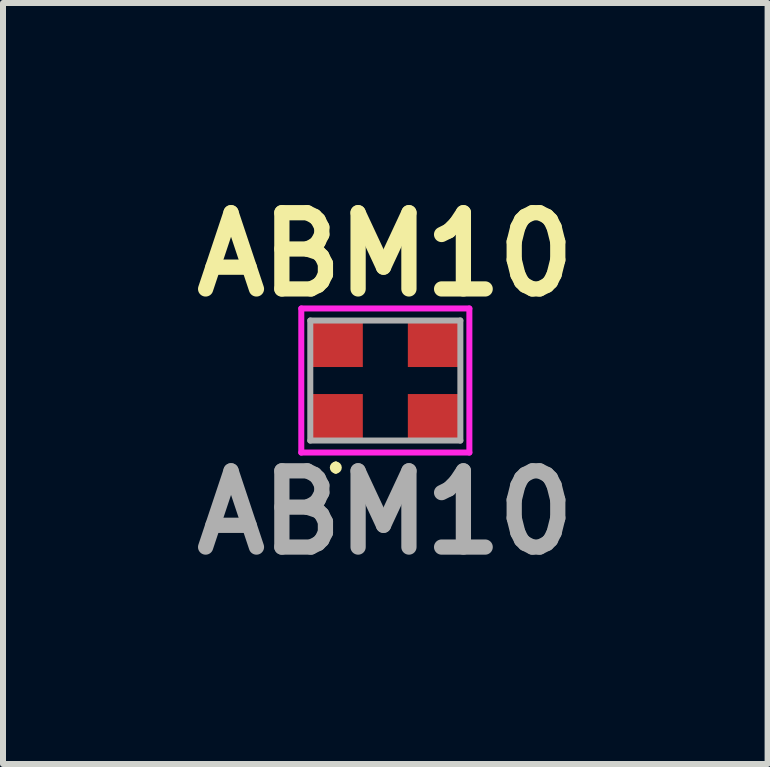
<source format=kicad_pcb>
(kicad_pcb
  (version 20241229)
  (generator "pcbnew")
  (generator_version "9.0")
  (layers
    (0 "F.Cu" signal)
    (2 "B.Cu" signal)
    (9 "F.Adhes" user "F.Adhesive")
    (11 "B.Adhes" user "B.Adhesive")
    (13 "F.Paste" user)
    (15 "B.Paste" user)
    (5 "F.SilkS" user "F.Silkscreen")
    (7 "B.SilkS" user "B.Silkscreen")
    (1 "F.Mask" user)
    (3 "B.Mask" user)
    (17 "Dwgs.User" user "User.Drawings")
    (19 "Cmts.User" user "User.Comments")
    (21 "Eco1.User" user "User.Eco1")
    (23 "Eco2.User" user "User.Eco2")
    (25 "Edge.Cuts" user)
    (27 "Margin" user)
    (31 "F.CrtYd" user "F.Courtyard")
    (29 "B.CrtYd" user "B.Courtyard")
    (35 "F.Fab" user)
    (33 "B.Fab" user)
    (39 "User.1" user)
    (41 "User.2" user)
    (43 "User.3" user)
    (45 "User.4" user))
  (footprint "ABM10"
    (layer "F.Cu")
    (at 3.369 3.289)
    (property "Reference" "ABM10" (at 0 -2.1 0) (layer "F.SilkS") (effects (font (size 1.27 1.27) (thickness 0.254))))
    (attr smd)
    (fp_line (start -0.825 1.4) (end -0.825 1.4) (stroke (width 0.1) (type solid)) (layer "F.SilkS"))
    (fp_line (start -0.825 1.5) (end -0.825 1.5) (stroke (width 0.1) (type solid)) (layer "F.SilkS"))
    (fp_arc (start -0.825 1.4) (mid -0.775 1.45) (end -0.825 1.5) (stroke (width 0.1) (type solid)) (layer "F.SilkS"))
    (fp_arc (start -0.825 1.5) (mid -0.875 1.45) (end -0.825 1.4) (stroke (width 0.1) (type solid)) (layer "F.SilkS"))
    (fp_line (start -1.4 -1.2) (end 1.4 -1.2) (stroke (width 0.1) (type solid)) (layer "F.CrtYd"))
    (fp_line (start -1.4 1.2) (end -1.4 -1.2) (stroke (width 0.1) (type solid)) (layer "F.CrtYd"))
    (fp_line (start 1.4 -1.2) (end 1.4 1.2) (stroke (width 0.1) (type solid)) (layer "F.CrtYd"))
    (fp_line (start 1.4 1.2) (end -1.4 1.2) (stroke (width 0.1) (type solid)) (layer "F.CrtYd"))
    (fp_line (start -1.25 -1) (end 1.25 -1) (stroke (width 0.1) (type solid)) (layer "F.Fab"))
    (fp_line (start -1.25 1) (end -1.25 -1) (stroke (width 0.1) (type solid)) (layer "F.Fab"))
    (fp_line (start 1.25 -1) (end 1.25 1) (stroke (width 0.1) (type solid)) (layer "F.Fab"))
    (fp_line (start 1.25 1) (end -1.25 1) (stroke (width 0.1) (type solid)) (layer "F.Fab"))
    (fp_text user "${REFERENCE}" (at 0 2.2 0) (layer "F.Fab") (effects (font (size 1.27 1.27) (thickness 0.254))))
    (pad "1" smd rect (at -0.825 0.625 90) (size 0.8 0.9) (layers "F.Cu" "F.Mask" "F.Paste"))
    (pad "2" smd rect (at 0.825 0.625 90) (size 0.8 0.9) (layers "F.Cu" "F.Mask" "F.Paste"))
    (pad "3" smd rect (at 0.825 -0.625 90) (size 0.8 0.9) (layers "F.Cu" "F.Mask" "F.Paste"))
    (pad "4" smd rect (at -0.825 -0.625 90) (size 0.8 0.9) (layers "F.Cu" "F.Mask" "F.Paste")))
  (gr_rect
    (start -3 -3)
    (end 9.737 9.677)
    (stroke (width 0.1) (type default))
    (fill no)
    (layer "Edge.Cuts")))
</source>
